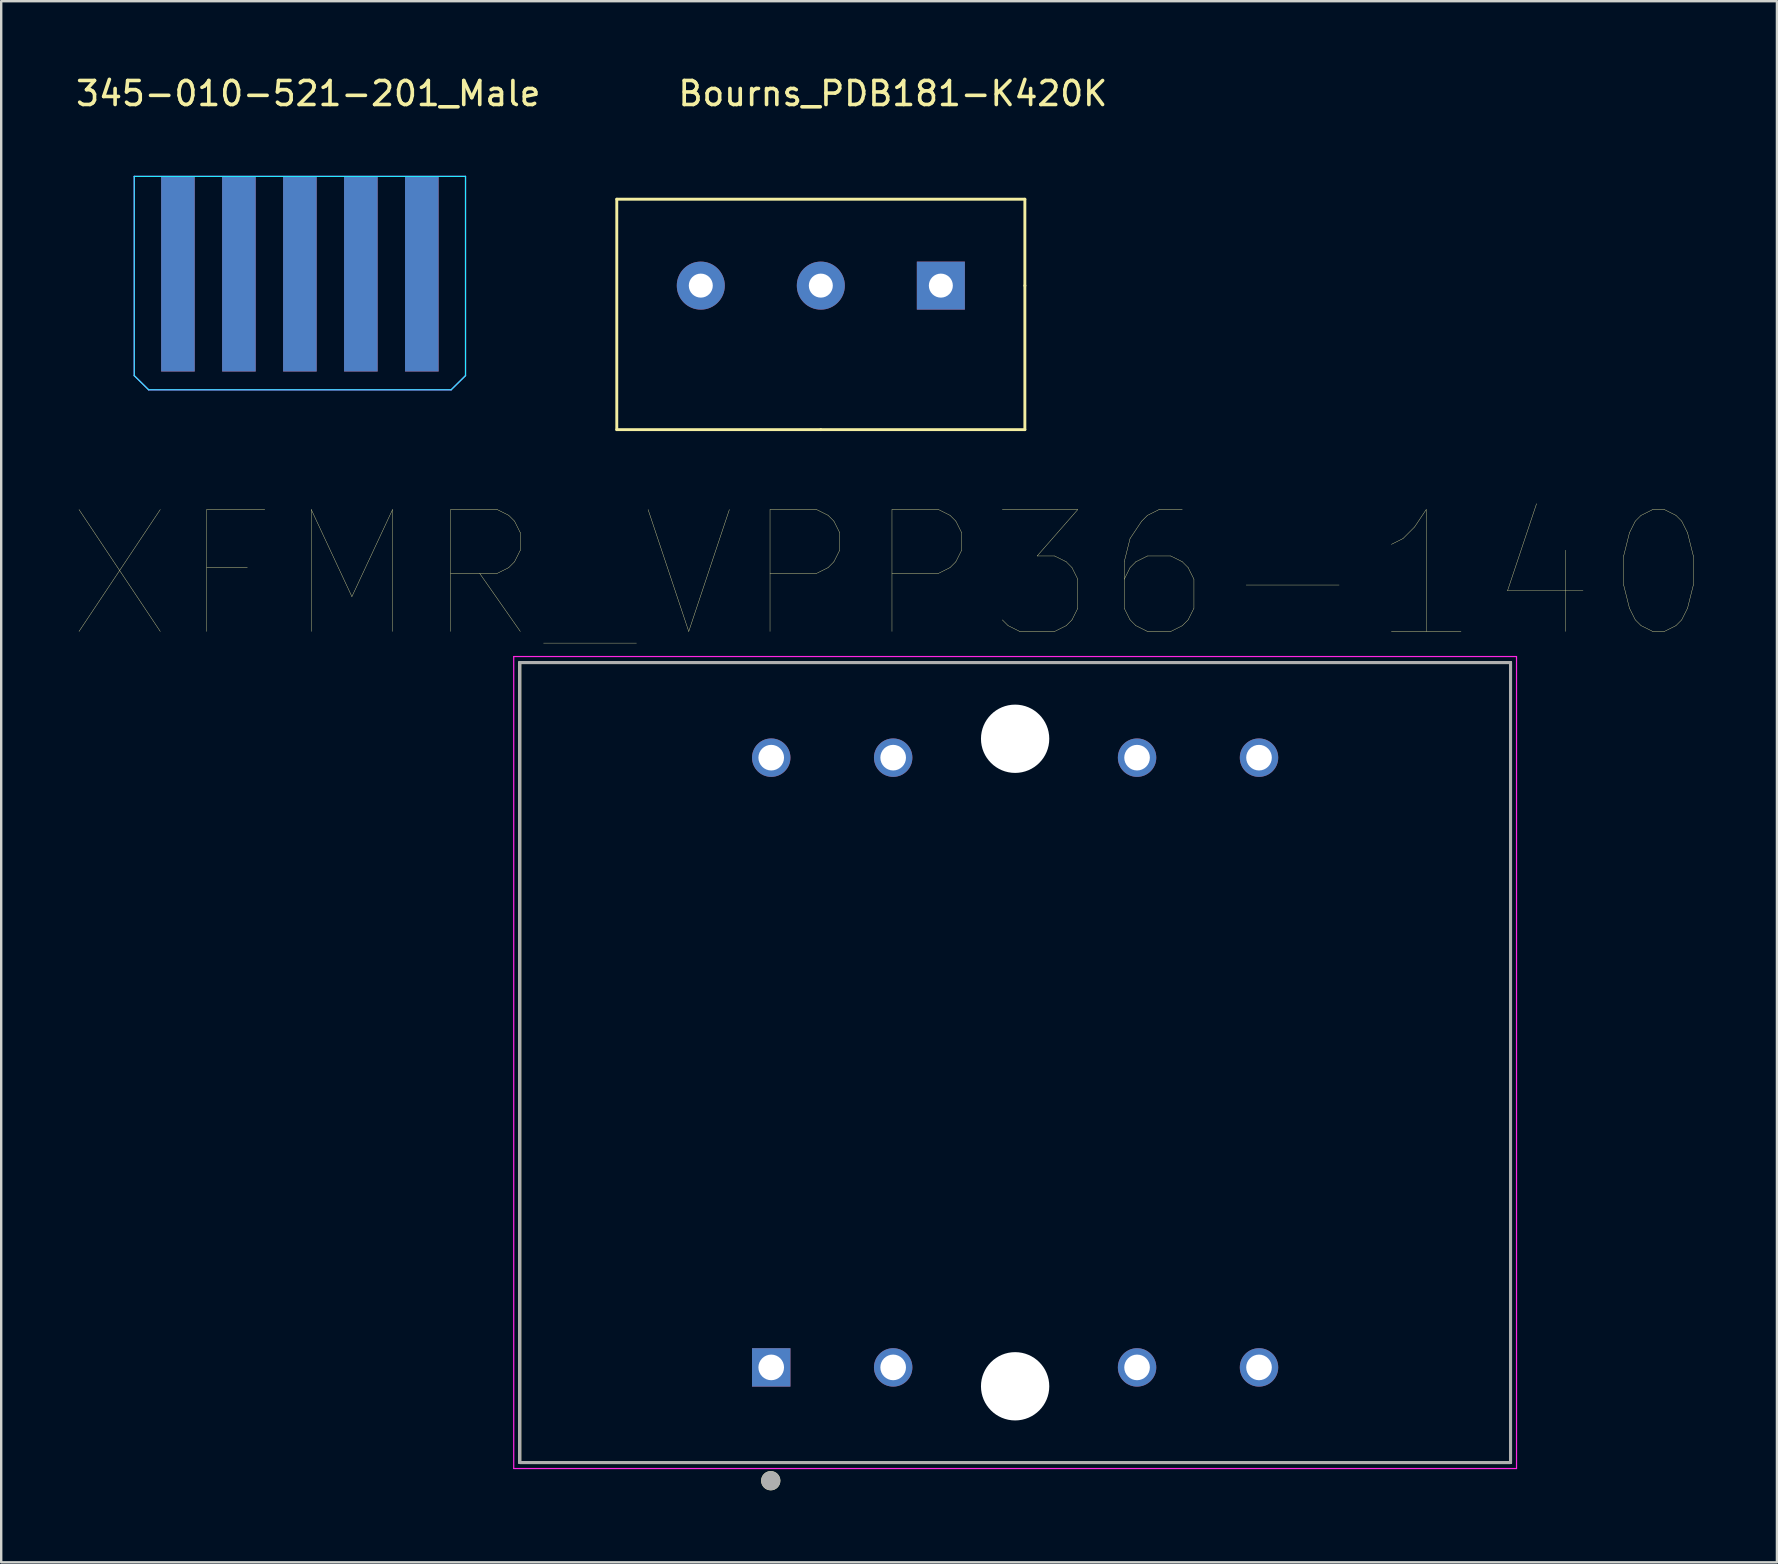
<source format=kicad_pcb>
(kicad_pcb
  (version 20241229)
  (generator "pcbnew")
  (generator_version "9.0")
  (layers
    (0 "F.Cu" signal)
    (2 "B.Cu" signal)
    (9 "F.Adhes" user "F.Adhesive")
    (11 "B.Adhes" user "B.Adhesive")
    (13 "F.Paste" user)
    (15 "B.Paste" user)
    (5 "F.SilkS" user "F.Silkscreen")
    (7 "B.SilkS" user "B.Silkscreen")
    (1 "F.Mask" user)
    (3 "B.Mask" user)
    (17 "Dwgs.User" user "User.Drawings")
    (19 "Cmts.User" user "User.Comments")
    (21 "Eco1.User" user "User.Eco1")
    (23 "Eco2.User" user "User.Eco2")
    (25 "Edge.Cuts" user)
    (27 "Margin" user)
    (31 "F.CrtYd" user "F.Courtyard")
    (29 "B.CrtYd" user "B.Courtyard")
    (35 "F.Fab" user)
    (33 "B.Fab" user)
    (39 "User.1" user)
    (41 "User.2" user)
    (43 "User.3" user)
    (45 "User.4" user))
  (footprint "XFMR_VPP36-140"
    (layer "F.Cu")
    (at 39.237 41.212)
    (property "Reference" "XFMR_VPP36-140" (at -5.251 -20.306 0) (layer "F.SilkS") (effects (font (size 5.08 5.08) (thickness 0.015))))
    (attr through_hole)
    (fp_line (start -20.637 -16.662) (end 20.637 -16.662) (stroke (width 0.127) (type solid)) (layer "F.SilkS"))
    (fp_line (start -20.637 16.662) (end -20.637 -16.662) (stroke (width 0.127) (type solid)) (layer "F.SilkS"))
    (fp_line (start 20.637 -16.662) (end 20.637 16.662) (stroke (width 0.127) (type solid)) (layer "F.SilkS"))
    (fp_line (start 20.637 16.662) (end -20.637 16.662) (stroke (width 0.127) (type solid)) (layer "F.SilkS"))
    (fp_circle (center -10.18 17.42) (end -9.98 17.42) (stroke (width 0.4) (type solid)) (fill no) (layer "F.SilkS"))
    (fp_line (start -20.887 -16.912) (end 20.887 -16.912) (stroke (width 0.05) (type solid)) (layer "F.CrtYd"))
    (fp_line (start -20.887 16.912) (end -20.887 -16.912) (stroke (width 0.05) (type solid)) (layer "F.CrtYd"))
    (fp_line (start 20.887 -16.912) (end 20.887 16.912) (stroke (width 0.05) (type solid)) (layer "F.CrtYd"))
    (fp_line (start 20.887 16.912) (end -20.887 16.912) (stroke (width 0.05) (type solid)) (layer "F.CrtYd"))
    (fp_line (start -20.637 -16.662) (end 20.637 -16.662) (stroke (width 0.127) (type solid)) (layer "F.Fab"))
    (fp_line (start -20.637 16.662) (end -20.637 -16.662) (stroke (width 0.127) (type solid)) (layer "F.Fab"))
    (fp_line (start 20.637 -16.662) (end 20.637 16.662) (stroke (width 0.127) (type solid)) (layer "F.Fab"))
    (fp_line (start 20.637 16.662) (end -20.637 16.662) (stroke (width 0.127) (type solid)) (layer "F.Fab"))
    (fp_circle (center -10.18 17.42) (end -9.98 17.42) (stroke (width 0.4) (type solid)) (fill no) (layer "F.Fab"))
    (pad "" np_thru_hole circle (at 0 -13.487) (size 2.845 2.845) (drill 2.845) (layers "*.Cu" "*.Mask"))
    (pad "" np_thru_hole circle (at 0 13.487) (size 2.845 2.845) (drill 2.845) (layers "*.Cu" "*.Mask"))
    (pad "1" thru_hole rect (at -10.16 12.7) (size 1.6 1.6) (drill 1.067) (layers "*.Cu" "*.Mask"))
    (pad "3" thru_hole circle (at -5.08 12.7) (size 1.6 1.6) (drill 1.067) (layers "*.Cu" "*.Mask"))
    (pad "4" thru_hole circle (at 5.08 12.7) (size 1.6 1.6) (drill 1.067) (layers "*.Cu" "*.Mask"))
    (pad "6" thru_hole circle (at 10.16 12.7) (size 1.6 1.6) (drill 1.067) (layers "*.Cu" "*.Mask"))
    (pad "7" thru_hole circle (at -10.16 -12.7) (size 1.6 1.6) (drill 1.067) (layers "*.Cu" "*.Mask"))
    (pad "9" thru_hole circle (at -5.08 -12.7) (size 1.6 1.6) (drill 1.067) (layers "*.Cu" "*.Mask"))
    (pad "10" thru_hole circle (at 5.08 -12.7) (size 1.6 1.6) (drill 1.067) (layers "*.Cu" "*.Mask"))
    (pad "12" thru_hole circle (at 10.16 -12.7) (size 1.6 1.6) (drill 1.067) (layers "*.Cu" "*.Mask")))
  (footprint "345-010-521-201_Male"
    (layer "F.Cu")
    (at 9.442 4.298)
    (property "Reference" "345-010-521-201_Male" (at 0.35 -3.45 0) (layer "F.SilkS") (effects (font (size 1 1) (thickness 0.15))))
    (attr through_hole)
    (fp_poly (pts (xy 7.25 8) (xy 6.3 8.89) (xy -6.3 8.89) (xy -7.25 8) (xy -7.25 0) (xy 7.25 0)) (stroke (width 0.05) (type solid)) (fill yes) (layer "F.Mask"))
    (fp_poly (pts (xy 7.25 8) (xy 6.3 8.89) (xy -6.3 8.89) (xy -7.25 8) (xy -7.25 0) (xy 7.25 0)) (stroke (width 0.05) (type solid)) (fill yes) (layer "B.Mask"))
    (fp_line (start -6.9 0) (end 6.9 0) (stroke (width 0.05) (type solid)) (layer "B.CrtYd"))
    (fp_line (start -6.9 8.3) (end -6.9 0) (stroke (width 0.05) (type solid)) (layer "B.CrtYd"))
    (fp_line (start -6.3 8.89) (end -6.9 8.3) (stroke (width 0.05) (type solid)) (layer "B.CrtYd"))
    (fp_line (start -6.3 8.89) (end 6.3 8.89) (stroke (width 0.05) (type solid)) (layer "B.CrtYd"))
    (fp_line (start 6.3 8.89) (end 6.9 8.3) (stroke (width 0.05) (type solid)) (layer "B.CrtYd"))
    (fp_line (start 6.9 8.3) (end 6.9 0) (stroke (width 0.05) (type solid)) (layer "B.CrtYd"))
    (fp_line (start -6.9 0) (end 6.9 0) (stroke (width 0.05) (type solid)) (layer "F.CrtYd"))
    (fp_line (start -6.9 8.3) (end -6.9 0) (stroke (width 0.05) (type solid)) (layer "F.CrtYd"))
    (fp_line (start -6.3 8.89) (end -6.9 8.3) (stroke (width 0.05) (type solid)) (layer "F.CrtYd"))
    (fp_line (start -6.3 8.89) (end 6.3 8.89) (stroke (width 0.05) (type solid)) (layer "F.CrtYd"))
    (fp_line (start 6.3 8.89) (end 6.9 8.3) (stroke (width 0.05) (type solid)) (layer "F.CrtYd"))
    (fp_line (start 6.9 8.3) (end 6.9 0) (stroke (width 0.05) (type solid)) (layer "F.CrtYd"))
    (pad "1" connect rect (at -5.08 4.064) (size 1.4 8.128) (layers "F.Cu"))
    (pad "2" connect rect (at -5.08 4.064) (size 1.4 8.128) (layers "B.Cu"))
    (pad "3" connect rect (at -2.54 4.064) (size 1.4 8.128) (layers "F.Cu"))
    (pad "4" connect rect (at -2.54 4.064) (size 1.4 8.128) (layers "B.Cu"))
    (pad "5" connect rect (at 0 4.064) (size 1.4 8.128) (layers "F.Cu"))
    (pad "6" connect rect (at 0 4.064) (size 1.4 8.128) (layers "B.Cu"))
    (pad "7" connect rect (at 2.54 4.064) (size 1.4 8.128) (layers "F.Cu"))
    (pad "8" connect rect (at 2.54 4.064) (size 1.4 8.128) (layers "B.Cu"))
    (pad "9" connect rect (at 5.08 4.064) (size 1.4 8.128) (layers "F.Cu"))
    (pad "10" connect rect (at 5.08 4.064) (size 1.4 8.128) (layers "B.Cu")))
  (footprint "Bourns_PDB181-K420K"
    (layer "F.Cu")
    (at 31.143 8.848)
    (property "Reference" "Bourns_PDB181-K420K" (at 3 -8 0) (layer "F.SilkS") (effects (font (size 1 1) (thickness 0.15))))
    (attr through_hole)
    (fp_line (start -8.5 -3.6) (end -8.5 6) (stroke (width 0.12) (type solid)) (layer "F.SilkS"))
    (fp_line (start -8.5 6) (end 0 6) (stroke (width 0.12) (type solid)) (layer "F.SilkS"))
    (fp_line (start 0 6) (end 8.5 6) (stroke (width 0.12) (type solid)) (layer "F.SilkS"))
    (fp_line (start 8.5 -3.6) (end -8.5 -3.6) (stroke (width 0.12) (type solid)) (layer "F.SilkS"))
    (fp_line (start 8.5 0) (end 8.5 -3.6) (stroke (width 0.12) (type solid)) (layer "F.SilkS"))
    (fp_line (start 8.5 6) (end 8.5 0) (stroke (width 0.12) (type solid)) (layer "F.SilkS"))
    (pad "1" thru_hole rect (at 5 0) (size 2 2) (drill 1) (layers "*.Cu" "*.Mask"))
    (pad "2" thru_hole circle (at 0 0) (size 2 2) (drill 1) (layers "*.Cu" "*.Mask"))
    (pad "3" thru_hole circle (at -5 0) (size 2 2) (drill 1) (layers "*.Cu" "*.Mask")))
  (gr_rect
    (start -3 -3)
    (end 70.972 62.032)
    (stroke (width 0.1) (type default))
    (fill no)
    (layer "Edge.Cuts")))
</source>
